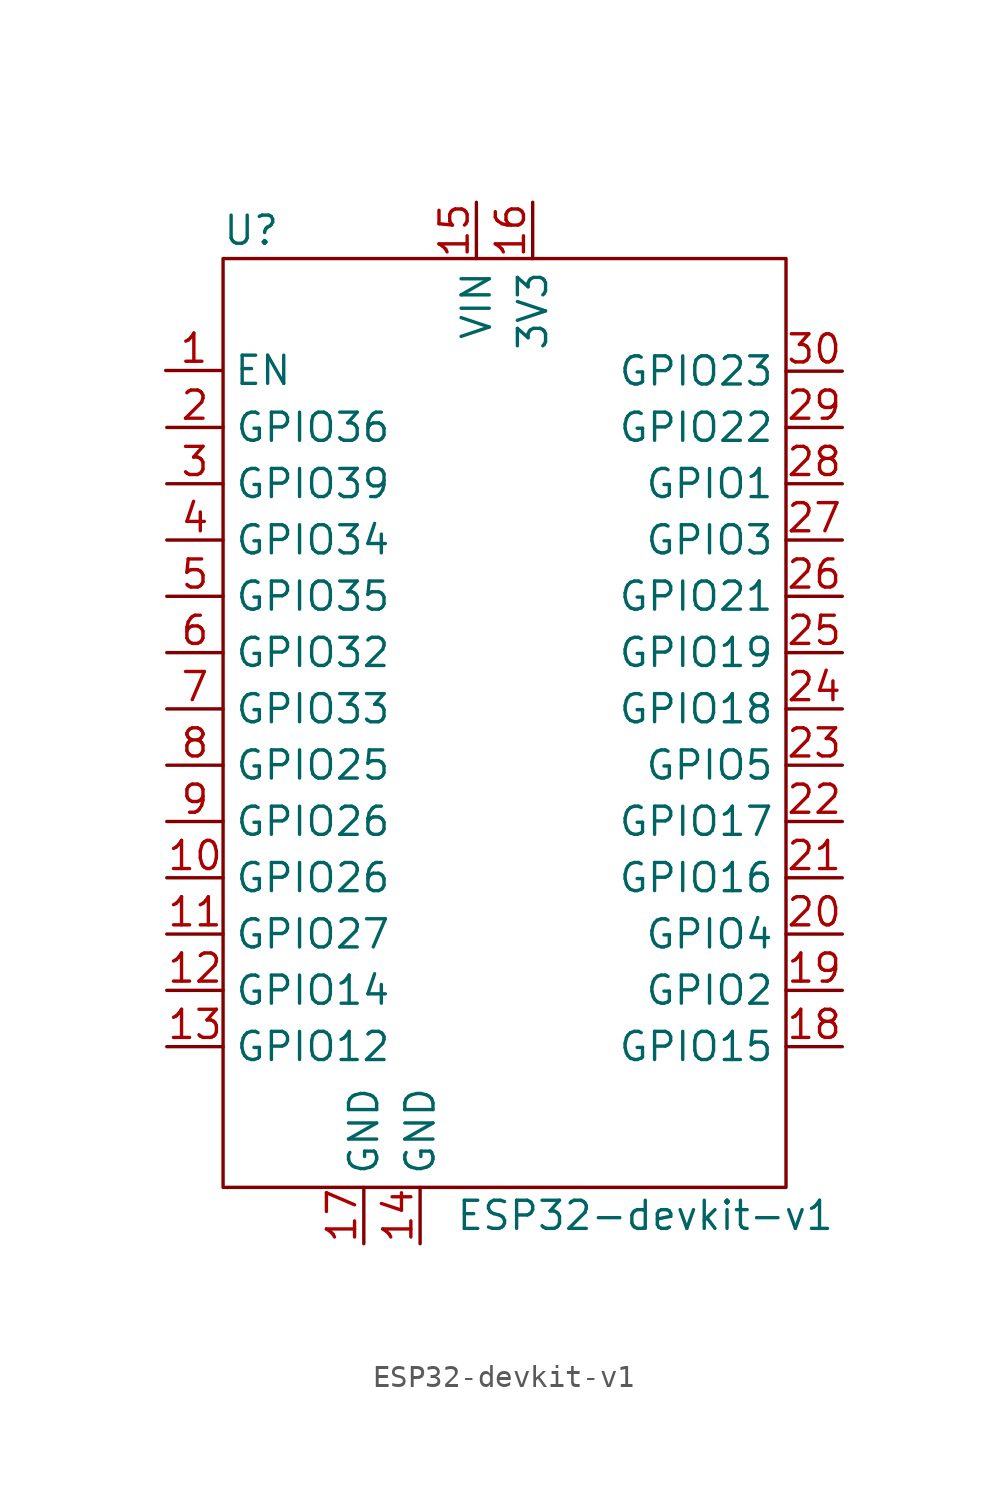
<source format=kicad_sym>
(kicad_symbol_lib
  (version 20211014)
  (generator kicad_symbol_editor)
  (symbol "ESP32-devkit-v1"
    (property "Reference" "U"
      (at -11.43 22.86 0)
      (effects (font (size 1.27 1.27))))
    (property "Value" "ESP32-devkit-v1"
      (at 6.35 -21.59 0)
      (effects (font (size 1.27 1.27))))
    (symbol "ESP32-devkit-v1_0_1"
      (rectangle (start -12.7 21.59) (end 12.7 -20.32) (stroke (width 0) (type default) (color 0 0 0 0)) (fill (type none))))
    (symbol "ESP32-devkit-v1_1_1"
      (pin input line (at -15.289 16.54 0) (length 2.54) (name "EN" (effects (font (size 1.27 1.27)))) (number "1" (effects (font (size 1.27 1.27)))))
      (pin input line (at -15.24 -6.35 0) (length 2.54) (name "GPIO26" (effects (font (size 1.27 1.27)))) (number "10" (effects (font (size 1.27 1.27)))))
      (pin input line (at -15.24 -8.89 0) (length 2.54) (name "GPIO27" (effects (font (size 1.27 1.27)))) (number "11" (effects (font (size 1.27 1.27)))))
      (pin input line (at -15.24 -11.43 0) (length 2.54) (name "GPIO14" (effects (font (size 1.27 1.27)))) (number "12" (effects (font (size 1.27 1.27)))))
      (pin input line (at -15.24 -13.97 0) (length 2.54) (name "GPIO12" (effects (font (size 1.27 1.27)))) (number "13" (effects (font (size 1.27 1.27)))))
      (pin input line (at -3.81 -22.86 90) (length 2.54) (name "GND" (effects (font (size 1.27 1.27)))) (number "14" (effects (font (size 1.27 1.27)))))
      (pin input line (at -1.27 24.13 270) (length 2.54) (name "VIN" (effects (font (size 1.27 1.27)))) (number "15" (effects (font (size 1.27 1.27)))))
      (pin input line (at 1.27 24.13 270) (length 2.54) (name "3V3" (effects (font (size 1.27 1.27)))) (number "16" (effects (font (size 1.27 1.27)))))
      (pin input line (at -6.35 -22.86 90) (length 2.54) (name "GND" (effects (font (size 1.27 1.27)))) (number "17" (effects (font (size 1.27 1.27)))))
      (pin input line (at 15.24 -13.97 180) (length 2.54) (name "GPIO15" (effects (font (size 1.27 1.27)))) (number "18" (effects (font (size 1.27 1.27)))))
      (pin input line (at 15.24 -11.43 180) (length 2.54) (name "GPIO2" (effects (font (size 1.27 1.27)))) (number "19" (effects (font (size 1.27 1.27)))))
      (pin input line (at -15.24 13.97 0) (length 2.54) (name "GPIO36" (effects (font (size 1.27 1.27)))) (number "2" (effects (font (size 1.27 1.27)))))
      (pin input line (at 15.24 -8.89 180) (length 2.54) (name "GPIO4" (effects (font (size 1.27 1.27)))) (number "20" (effects (font (size 1.27 1.27)))))
      (pin input line (at 15.24 -6.35 180) (length 2.54) (name "GPIO16" (effects (font (size 1.27 1.27)))) (number "21" (effects (font (size 1.27 1.27)))))
      (pin input line (at 15.24 -3.81 180) (length 2.54) (name "GPIO17" (effects (font (size 1.27 1.27)))) (number "22" (effects (font (size 1.27 1.27)))))
      (pin input line (at 15.24 -1.27 180) (length 2.54) (name "GPIO5" (effects (font (size 1.27 1.27)))) (number "23" (effects (font (size 1.27 1.27)))))
      (pin input line (at 15.24 1.27 180) (length 2.54) (name "GPIO18" (effects (font (size 1.27 1.27)))) (number "24" (effects (font (size 1.27 1.27)))))
      (pin input line (at 15.24 3.81 180) (length 2.54) (name "GPIO19" (effects (font (size 1.27 1.27)))) (number "25" (effects (font (size 1.27 1.27)))))
      (pin input line (at 15.24 6.35 180) (length 2.54) (name "GPIO21" (effects (font (size 1.27 1.27)))) (number "26" (effects (font (size 1.27 1.27)))))
      (pin input line (at 15.24 8.89 180) (length 2.54) (name "GPIO3" (effects (font (size 1.27 1.27)))) (number "27" (effects (font (size 1.27 1.27)))))
      (pin input line (at 15.24 11.43 180) (length 2.54) (name "GPIO1" (effects (font (size 1.27 1.27)))) (number "28" (effects (font (size 1.27 1.27)))))
      (pin input line (at 15.24 13.97 180) (length 2.54) (name "GPIO22" (effects (font (size 1.27 1.27)))) (number "29" (effects (font (size 1.27 1.27)))))
      (pin input line (at -15.24 11.43 0) (length 2.54) (name "GPIO39" (effects (font (size 1.27 1.27)))) (number "3" (effects (font (size 1.27 1.27)))))
      (pin input line (at 15.24 16.51 180) (length 2.54) (name "GPIO23" (effects (font (size 1.27 1.27)))) (number "30" (effects (font (size 1.27 1.27)))))
      (pin input line (at -15.24 8.89 0) (length 2.54) (name "GPIO34" (effects (font (size 1.27 1.27)))) (number "4" (effects (font (size 1.27 1.27)))))
      (pin input line (at -15.24 6.35 0) (length 2.54) (name "GPIO35" (effects (font (size 1.27 1.27)))) (number "5" (effects (font (size 1.27 1.27)))))
      (pin input line (at -15.24 3.81 0) (length 2.54) (name "GPIO32" (effects (font (size 1.27 1.27)))) (number "6" (effects (font (size 1.27 1.27)))))
      (pin input line (at -15.24 1.27 0) (length 2.54) (name "GPIO33" (effects (font (size 1.27 1.27)))) (number "7" (effects (font (size 1.27 1.27)))))
      (pin input line (at -15.24 -1.27 0) (length 2.54) (name "GPIO25" (effects (font (size 1.27 1.27)))) (number "8" (effects (font (size 1.27 1.27)))))
      (pin input line (at -15.24 -3.81 0) (length 2.54) (name "GPIO26" (effects (font (size 1.27 1.27)))) (number "9" (effects (font (size 1.27 1.27))))))))
</source>
